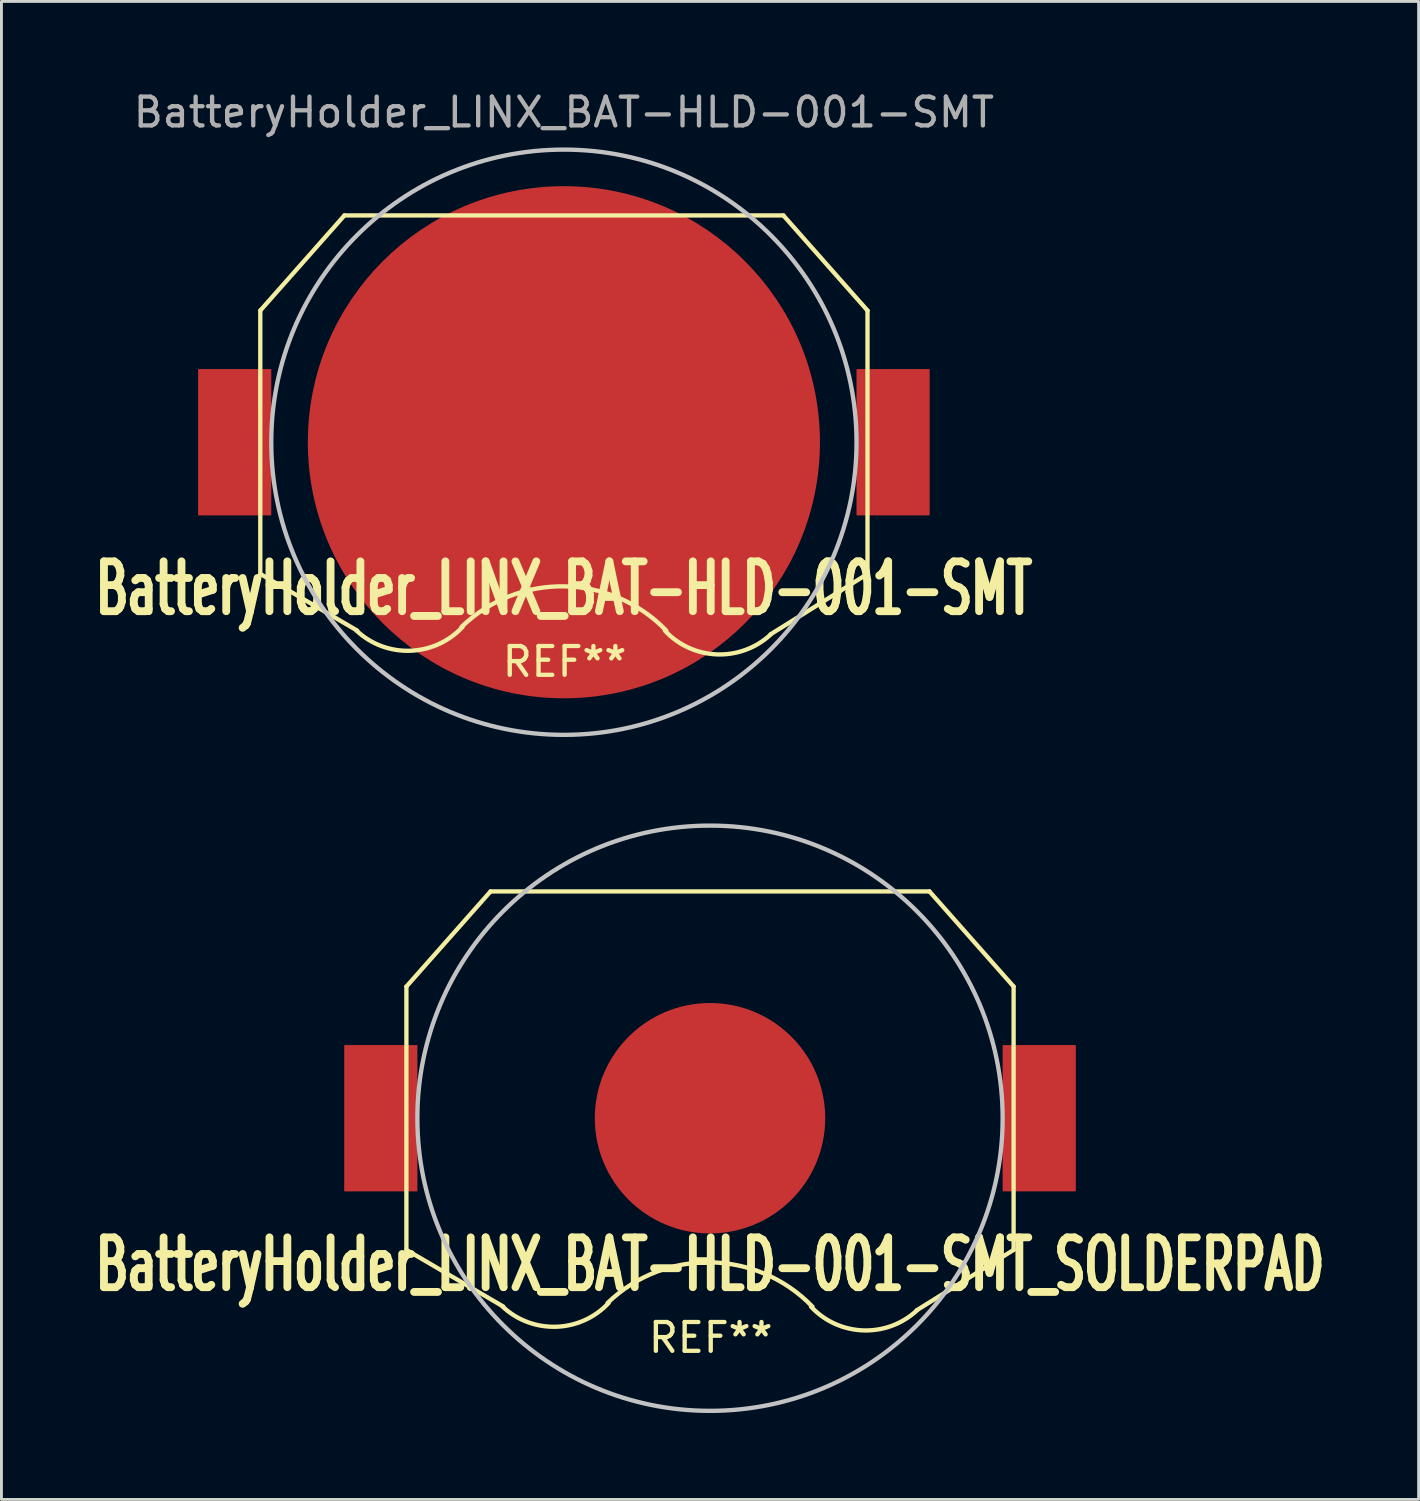
<source format=kicad_pcb>
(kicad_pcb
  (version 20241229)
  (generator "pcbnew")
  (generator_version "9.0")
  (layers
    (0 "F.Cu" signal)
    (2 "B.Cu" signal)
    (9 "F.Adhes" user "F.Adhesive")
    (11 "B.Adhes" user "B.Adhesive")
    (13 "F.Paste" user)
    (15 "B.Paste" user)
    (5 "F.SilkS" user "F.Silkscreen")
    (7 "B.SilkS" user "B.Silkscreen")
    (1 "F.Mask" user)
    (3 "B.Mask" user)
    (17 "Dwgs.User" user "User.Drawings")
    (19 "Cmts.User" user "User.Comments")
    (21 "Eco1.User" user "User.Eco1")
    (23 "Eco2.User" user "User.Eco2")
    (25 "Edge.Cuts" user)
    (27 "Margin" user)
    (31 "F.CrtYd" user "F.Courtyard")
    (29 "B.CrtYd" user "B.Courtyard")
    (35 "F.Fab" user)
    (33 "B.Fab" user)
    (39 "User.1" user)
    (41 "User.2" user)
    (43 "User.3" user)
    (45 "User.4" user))
  (footprint "BatteryHolder_LINX_BAT-HLD-001-SMT_SOLDERPAD"
    (layer "F.Cu")
    (at 21.601 35.774)
    (property "Reference" "BatteryHolder_LINX_BAT-HLD-001-SMT_SOLDERPAD" (at 0 5.08 0) (layer "F.SilkS") (effects (font (size 1.73 1.087) (thickness 0.272))))
    (attr through_hole)
    (fp_line (start -10.541 -4.572) (end -7.62 -7.874) (stroke (width 0.15) (type solid)) (layer "F.SilkS"))
    (fp_line (start -10.541 4.572) (end -10.541 -4.572) (stroke (width 0.15) (type solid)) (layer "F.SilkS"))
    (fp_line (start -7.62 -7.874) (end 7.62 -7.874) (stroke (width 0.15) (type solid)) (layer "F.SilkS"))
    (fp_line (start -7.176 6.54) (end -10.541 4.572) (stroke (width 0.15) (type solid)) (layer "F.SilkS"))
    (fp_line (start 7.176 6.668) (end 10.541 4.572) (stroke (width 0.15) (type solid)) (layer "F.SilkS"))
    (fp_line (start 7.62 -7.874) (end 10.541 -4.572) (stroke (width 0.15) (type solid)) (layer "F.SilkS"))
    (fp_line (start 10.541 4.572) (end 10.541 -4.572) (stroke (width 0.15) (type solid)) (layer "F.SilkS"))
    (fp_arc (start -3.556 6.413501) (mid 0.026302 5.004057) (end 3.555999 6.5405) (stroke (width 0.15) (type solid)) (layer "F.SilkS"))
    (fp_arc (start -3.5179 6.4135) (mid -5.333097 7.239774) (end -7.2009 6.5405) (stroke (width 0.15) (type solid)) (layer "F.SilkS"))
    (fp_arc (start 7.1882 6.6675) (mid 5.320397 7.366774) (end 3.5052 6.5405) (stroke (width 0.15) (type solid)) (layer "F.SilkS"))
    (fp_circle (center 0 0) (end -10.16 0) (stroke (width 0.15) (type solid)) (fill no) (layer "Dwgs.User"))
    (fp_text user "REF**" (at 0.025 7.62 0) (layer "F.SilkS") (effects (font (size 1 1) (thickness 0.15))))
    (pad "1" smd rect (at -11.43 0) (size 2.54 5.08) (layers "F.Cu" "F.Mask" "F.Paste"))
    (pad "1" smd rect (at 11.43 0) (size 2.54 5.08) (layers "F.Cu" "F.Mask" "F.Paste"))
    (pad "2" smd circle (at 0 0) (size 8 8) (layers "F.Cu" "F.Mask" "F.Paste")))
  (footprint "BatteryHolder_LINX_BAT-HLD-001-SMT"
    (layer "F.Cu")
    (at 16.528 12.304)
    (property "Reference" "BatteryHolder_LINX_BAT-HLD-001-SMT" (at 0 5.08 0) (layer "F.SilkS") (effects (font (size 1.73 1.087) (thickness 0.272))))
    (attr through_hole)
    (fp_line (start -10.541 -4.572) (end -7.62 -7.874) (stroke (width 0.15) (type solid)) (layer "F.SilkS"))
    (fp_line (start -10.541 4.572) (end -10.541 -4.572) (stroke (width 0.15) (type solid)) (layer "F.SilkS"))
    (fp_line (start -7.62 -7.874) (end 7.62 -7.874) (stroke (width 0.15) (type solid)) (layer "F.SilkS"))
    (fp_line (start -7.176 6.54) (end -10.541 4.572) (stroke (width 0.15) (type solid)) (layer "F.SilkS"))
    (fp_line (start 7.176 6.668) (end 10.541 4.572) (stroke (width 0.15) (type solid)) (layer "F.SilkS"))
    (fp_line (start 7.62 -7.874) (end 10.541 -4.572) (stroke (width 0.15) (type solid)) (layer "F.SilkS"))
    (fp_line (start 10.541 4.572) (end 10.541 -4.572) (stroke (width 0.15) (type solid)) (layer "F.SilkS"))
    (fp_arc (start -3.556 6.4135) (mid 0.026303 5.004057) (end 3.556 6.5405) (stroke (width 0.15) (type solid)) (layer "F.SilkS"))
    (fp_arc (start -3.5179 6.4135) (mid -5.333097 7.239774) (end -7.2009 6.5405) (stroke (width 0.15) (type solid)) (layer "F.SilkS"))
    (fp_arc (start 7.1882 6.6675) (mid 5.320397 7.366774) (end 3.5052 6.5405) (stroke (width 0.15) (type solid)) (layer "F.SilkS"))
    (fp_circle (center 0 0) (end -10.16 0) (stroke (width 0.15) (type solid)) (fill no) (layer "Dwgs.User"))
    (fp_text user "REF**" (at 0.025 7.62 0) (layer "F.SilkS") (effects (font (size 1 1) (thickness 0.15))))
    (fp_text user "BatteryHolder_LINX_BAT-HLD-001-SMT" (at 0 -11.455 0) (layer "F.Fab") (effects (font (size 1 1) (thickness 0.15))))
    (pad "1" smd rect (at -11.43 0) (size 2.54 5.08) (layers "F.Cu" "F.Mask" "F.Paste"))
    (pad "1" smd rect (at 11.43 0) (size 2.54 5.08) (layers "F.Cu" "F.Mask" "F.Paste"))
    (pad "2" smd circle (at 0 0) (size 17.78 17.78) (layers "F.Cu" "F.Mask" "F.Paste")))
  (gr_rect
    (start -3 -3)
    (end 46.203 49.009)
    (stroke (width 0.1) (type default))
    (fill no)
    (layer "Edge.Cuts")))
</source>
